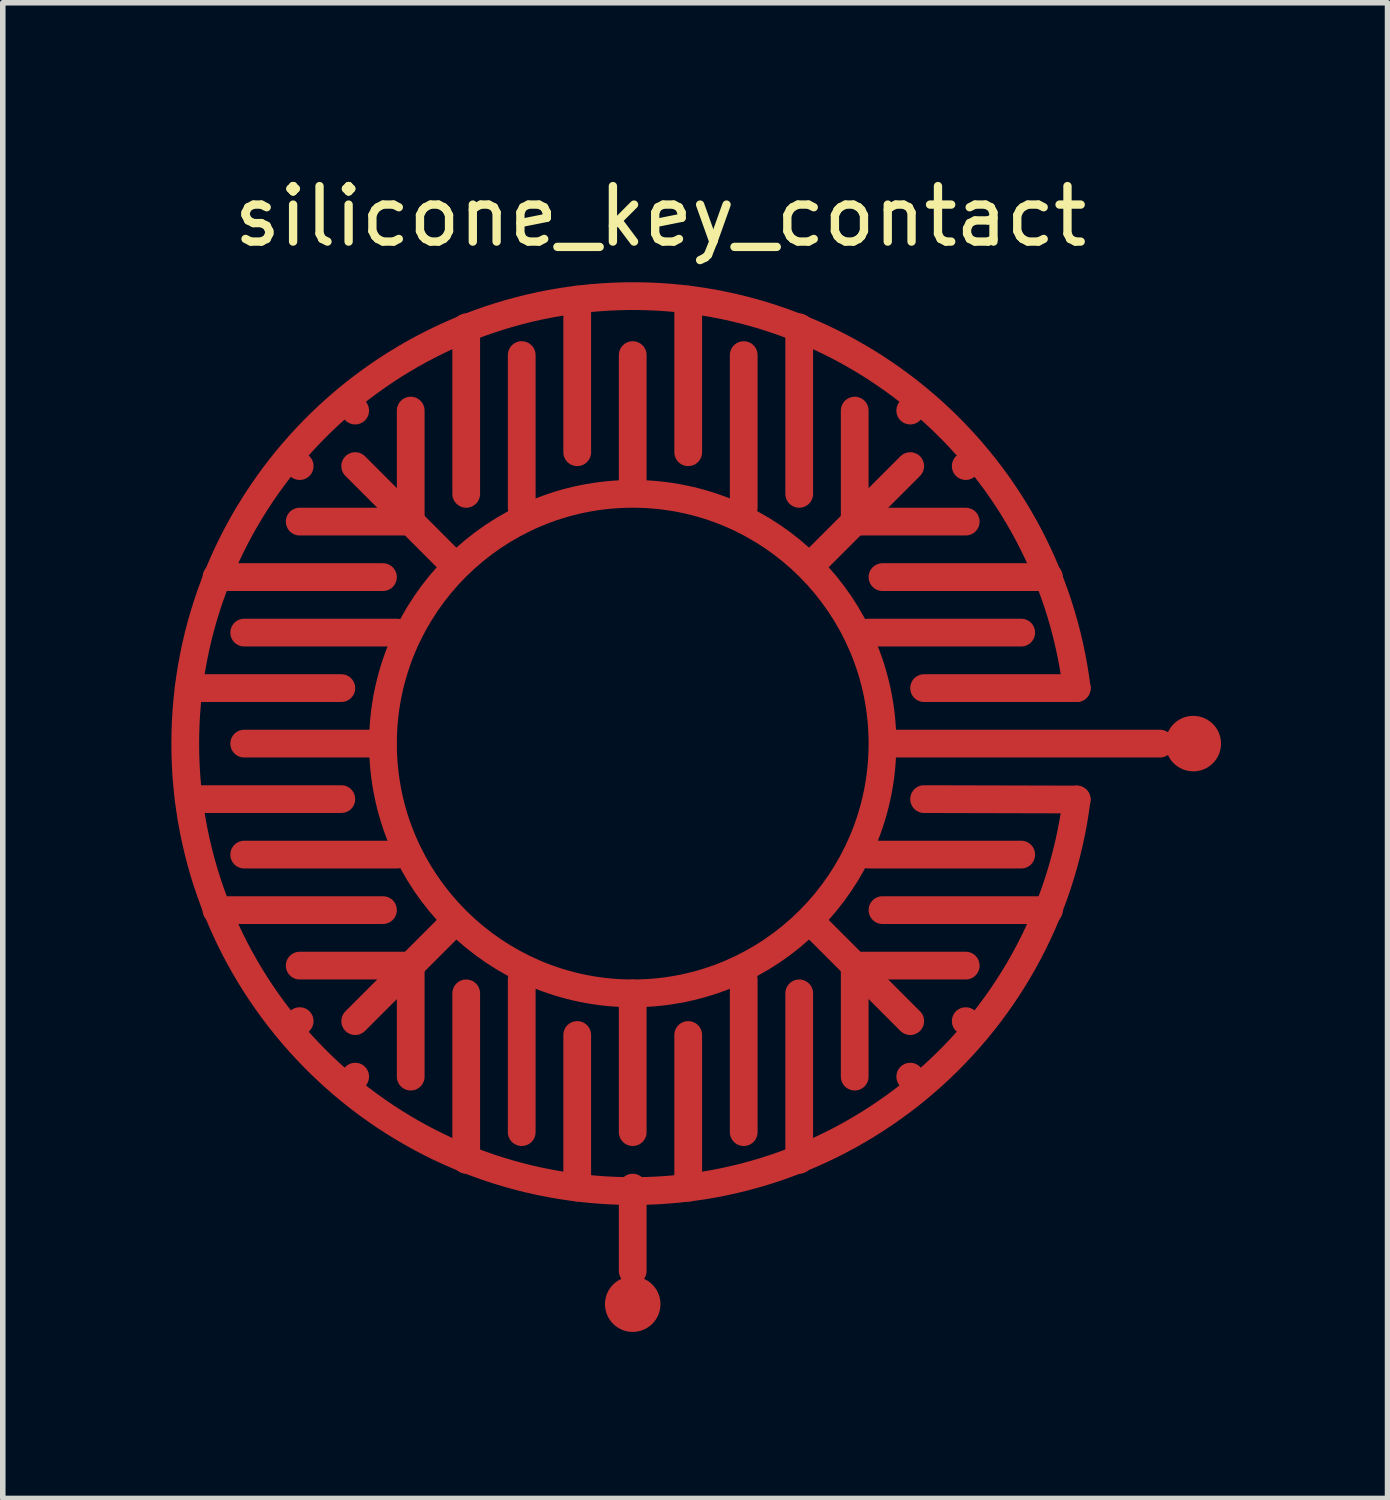
<source format=kicad_pcb>
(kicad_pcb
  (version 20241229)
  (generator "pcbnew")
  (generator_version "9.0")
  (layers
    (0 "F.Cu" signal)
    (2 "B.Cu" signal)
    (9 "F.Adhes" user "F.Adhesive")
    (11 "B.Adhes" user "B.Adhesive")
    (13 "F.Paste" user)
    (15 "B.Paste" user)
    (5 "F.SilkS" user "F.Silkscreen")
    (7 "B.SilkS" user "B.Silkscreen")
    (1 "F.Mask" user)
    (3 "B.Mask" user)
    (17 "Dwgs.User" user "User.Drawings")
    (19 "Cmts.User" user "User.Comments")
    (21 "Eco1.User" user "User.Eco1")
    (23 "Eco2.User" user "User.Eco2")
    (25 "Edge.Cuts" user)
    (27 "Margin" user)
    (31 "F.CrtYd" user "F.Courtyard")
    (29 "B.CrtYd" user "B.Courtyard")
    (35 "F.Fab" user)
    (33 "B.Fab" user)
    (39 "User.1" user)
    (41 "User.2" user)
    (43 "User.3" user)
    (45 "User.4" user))
  (footprint "silicone_key_contact"
    (layer "F.Cu")
    (at 8.35 10.348)
    (property "Reference" "silicone_key_contact" (at 0.5 -9.5 0) (layer "F.SilkS") (effects (font (size 1 1) (thickness 0.15))))
    (attr through_hole)
    (fp_line (start -6 -5) (end -6 -5) (stroke (width 0.5) (type solid)) (layer "F.Cu"))
    (fp_line (start -6 5) (end -6 5) (stroke (width 0.5) (type solid)) (layer "F.Cu"))
    (fp_line (start -5.25 -1) (end -8 -1) (stroke (width 0.5) (type solid)) (layer "F.Cu"))
    (fp_line (start -5.25 1) (end -8 1) (stroke (width 0.5) (type solid)) (layer "F.Cu"))
    (fp_line (start -5 -6) (end -5 -6) (stroke (width 0.5) (type solid)) (layer "F.Cu"))
    (fp_line (start -5 5) (end -3.25 3.25) (stroke (width 0.5) (type solid)) (layer "F.Cu"))
    (fp_line (start -5 6) (end -5 6) (stroke (width 0.5) (type solid)) (layer "F.Cu"))
    (fp_line (start -4.5 -3) (end -7.5 -3) (stroke (width 0.5) (type solid)) (layer "F.Cu"))
    (fp_line (start -4.5 0) (end -7 0) (stroke (width 0.5) (type solid)) (layer "F.Cu"))
    (fp_line (start -4.5 3) (end -7.5 3) (stroke (width 0.5) (type solid)) (layer "F.Cu"))
    (fp_line (start -4.25 -2) (end -7 -2) (stroke (width 0.5) (type solid)) (layer "F.Cu"))
    (fp_line (start -4.25 2) (end -7 2) (stroke (width 0.5) (type solid)) (layer "F.Cu"))
    (fp_line (start -4 -6) (end -4 -4) (stroke (width 0.5) (type solid)) (layer "F.Cu"))
    (fp_line (start -4 -4) (end -6 -4) (stroke (width 0.5) (type solid)) (layer "F.Cu"))
    (fp_line (start -4 4) (end -6 4) (stroke (width 0.5) (type solid)) (layer "F.Cu"))
    (fp_line (start -4 4) (end -4 6) (stroke (width 0.5) (type solid)) (layer "F.Cu"))
    (fp_line (start -3.25 -3.25) (end -5 -5) (stroke (width 0.5) (type solid)) (layer "F.Cu"))
    (fp_line (start -3 -7.5) (end -3 -4.5) (stroke (width 0.5) (type solid)) (layer "F.Cu"))
    (fp_line (start -3 4.5) (end -3 7.5) (stroke (width 0.5) (type solid)) (layer "F.Cu"))
    (fp_line (start -2 -7) (end -2 -4.25) (stroke (width 0.5) (type solid)) (layer "F.Cu"))
    (fp_line (start -2 4.25) (end -2 7) (stroke (width 0.5) (type solid)) (layer "F.Cu"))
    (fp_line (start -1 -8) (end -1 -5.25) (stroke (width 0.5) (type solid)) (layer "F.Cu"))
    (fp_line (start -1 5.25) (end -1 8) (stroke (width 0.5) (type solid)) (layer "F.Cu"))
    (fp_line (start 0 -7) (end 0 -4.75) (stroke (width 0.5) (type solid)) (layer "F.Cu"))
    (fp_line (start 0 4.5) (end 0 7) (stroke (width 0.5) (type solid)) (layer "F.Cu"))
    (fp_line (start 0 8) (end 0 9.5) (stroke (width 0.5) (type solid)) (layer "F.Cu"))
    (fp_line (start 1 -8) (end 1 -5.25) (stroke (width 0.5) (type solid)) (layer "F.Cu"))
    (fp_line (start 1 5.25) (end 1 8) (stroke (width 0.5) (type solid)) (layer "F.Cu"))
    (fp_line (start 2 -7) (end 2 -4.25) (stroke (width 0.5) (type solid)) (layer "F.Cu"))
    (fp_line (start 2 4.25) (end 2 7) (stroke (width 0.5) (type solid)) (layer "F.Cu"))
    (fp_line (start 3 -7.5) (end 3 -4.5) (stroke (width 0.5) (type solid)) (layer "F.Cu"))
    (fp_line (start 3 4.5) (end 3 7.5) (stroke (width 0.5) (type solid)) (layer "F.Cu"))
    (fp_line (start 3.25 -3.25) (end 5 -5) (stroke (width 0.5) (type solid)) (layer "F.Cu"))
    (fp_line (start 4 -6) (end 4 -4) (stroke (width 0.5) (type solid)) (layer "F.Cu"))
    (fp_line (start 4 4) (end 4 6) (stroke (width 0.5) (type solid)) (layer "F.Cu"))
    (fp_line (start 5 -6) (end 5 -6) (stroke (width 0.5) (type solid)) (layer "F.Cu"))
    (fp_line (start 5 5) (end 3.25 3.25) (stroke (width 0.5) (type solid)) (layer "F.Cu"))
    (fp_line (start 5 6) (end 5 6) (stroke (width 0.5) (type solid)) (layer "F.Cu"))
    (fp_line (start 6 -5) (end 6 -5) (stroke (width 0.5) (type solid)) (layer "F.Cu"))
    (fp_line (start 6 -4) (end 4 -4) (stroke (width 0.5) (type solid)) (layer "F.Cu"))
    (fp_line (start 6 4) (end 4 4) (stroke (width 0.5) (type solid)) (layer "F.Cu"))
    (fp_line (start 6 5) (end 6 5) (stroke (width 0.5) (type solid)) (layer "F.Cu"))
    (fp_line (start 7 -2) (end 4.25 -2) (stroke (width 0.5) (type solid)) (layer "F.Cu"))
    (fp_line (start 7 2) (end 4.25 2) (stroke (width 0.5) (type solid)) (layer "F.Cu"))
    (fp_line (start 7.5 -3) (end 4.5 -3) (stroke (width 0.5) (type solid)) (layer "F.Cu"))
    (fp_line (start 7.5 3) (end 4.5 3) (stroke (width 0.5) (type solid)) (layer "F.Cu"))
    (fp_line (start 7.999 1.007) (end 5.25 1) (stroke (width 0.5) (type solid)) (layer "F.Cu"))
    (fp_line (start 8 -1) (end 5.25 -1) (stroke (width 0.5) (type solid)) (layer "F.Cu"))
    (fp_line (start 9.5 0) (end 4.75 0) (stroke (width 0.5) (type solid)) (layer "F.Cu"))
    (fp_arc (start 7.999124 1.006977) (mid -8.062256 -0.003516) (end 7.999999 -0.999999) (stroke (width 0.5) (type solid)) (layer "F.Cu"))
    (fp_circle (center 0 0) (end 0 -4.5) (stroke (width 0.5) (type solid)) (fill no) (layer "F.Cu"))
    (fp_poly (pts (xy -8.3 0) (xy -4.2 0) (xy -4.2 0.5) (xy -3.9 1.7) (xy -3.2 2.8) (xy -2.4 3.5) (xy -1.7 3.9) (xy -0.6 4.2) (xy 0.5 4.2) (xy 1.7 3.9) (xy 2.7 3.3) (xy 2.7 7.9) (xy 0.9 8.3) (xy -0.5 8.3) (xy -2 8.1) (xy -3.2 7.7) (xy -4.1 7.3) (xy -5 6.7) (xy -6.2 5.6) (xy -7 4.5) (xy -7.5 3.7) (xy -8.1 2.1) (xy -8.3 0.7)) (stroke (width 0.1) (type solid)) (fill yes) (layer "F.Mask"))
    (fp_poly (pts (xy -8.3 0) (xy -8.3 -0.4) (xy -8.2 -1.4) (xy -7.9 -2.6) (xy -7.5 -3.6) (xy -7.2 -4.2) (xy -6.7 -4.9) (xy -6.1 -5.7) (xy -5.2 -6.5) (xy -4.5 -7) (xy -3.8 -7.4) (xy -2.9 -7.8) (xy -2 -8.1) (xy -1.4 -8.2) (xy -0.5 -8.3) (xy -0.5 -4.2) (xy -1.1 -4.1) (xy -1.7 -3.9) (xy -2.2 -3.6) (xy -2.8 -3.2) (xy -3.4 -2.5) (xy -3.9 -1.7) (xy -4.1 -1) (xy -4.2 0)) (stroke (width 0.1) (type solid)) (fill yes) (layer "F.Mask"))
    (fp_poly (pts (xy 2.7 7.9) (xy 3.2 7.7) (xy 4 7.3) (xy 4.8 6.8) (xy 5.4 6.3) (xy 5.8 6) (xy 6.3 5.4) (xy 7 4.5) (xy 7.3 4) (xy 7.6 3.4) (xy 7.8 2.9) (xy 8 2.3) (xy 8.1 1.9) (xy 8.2 1.3) (xy 8.3 -0.6) (xy 8.3 -1) (xy 4.1 -1) (xy 4.2 -0.7) (xy 4.2 -0.3) (xy 4.2 0.6) (xy 4.1 1.1) (xy 3.9 1.7) (xy 3.6 2.2) (xy 3.3 2.7) (xy 2.7 3.3)) (stroke (width 0.1) (type solid)) (fill yes) (layer "F.Mask"))
    (fp_poly (pts (xy -0.5 -4.2) (xy -0.5 -8.3) (xy 0.3 -8.3) (xy 1.5 -8.2) (xy 2.5 -7.9) (xy 3.3 -7.6) (xy 4 -7.3) (xy 4.8 -6.8) (xy 5.5 -6.3) (xy 6.1 -5.7) (xy 6.6 -5.1) (xy 7 -4.5) (xy 7.4 -3.8) (xy 7.8 -2.9) (xy 8 -2.3) (xy 8.2 -1.4) (xy 8.3 -1) (xy 4.1 -1) (xy 3.9 -1.6) (xy 3.6 -2.2) (xy 3.1 -2.9) (xy 2.5 -3.4) (xy 2.1 -3.7) (xy 1.7 -3.9) (xy 1.2 -4.1) (xy 0.7 -4.2)) (stroke (width 0.1) (type solid)) (fill yes) (layer "F.Mask"))
    (pad "1" smd circle (at 0 10.1) (size 1 1) (layers "F.Cu"))
    (pad "2" smd circle (at 10.1 0) (size 1 1) (layers "F.Cu")))
  (gr_rect
    (start -3 -3)
    (end 21.95 23.948)
    (stroke (width 0.1) (type default))
    (fill no)
    (layer "Edge.Cuts")))
</source>
